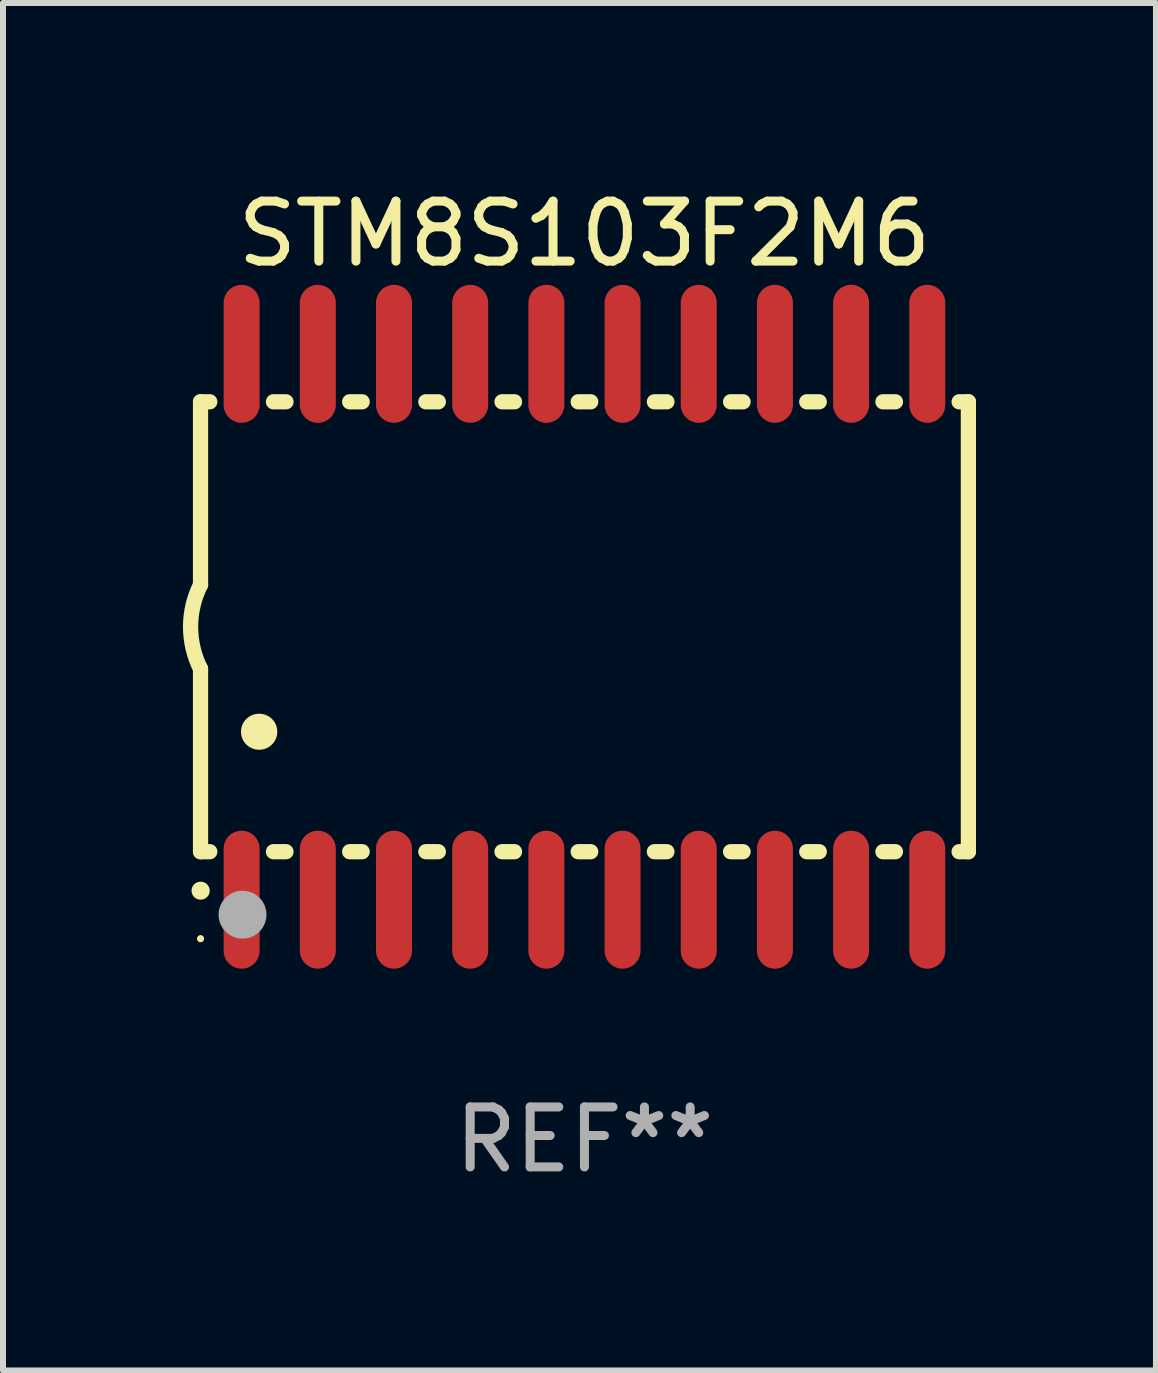
<source format=kicad_pcb>
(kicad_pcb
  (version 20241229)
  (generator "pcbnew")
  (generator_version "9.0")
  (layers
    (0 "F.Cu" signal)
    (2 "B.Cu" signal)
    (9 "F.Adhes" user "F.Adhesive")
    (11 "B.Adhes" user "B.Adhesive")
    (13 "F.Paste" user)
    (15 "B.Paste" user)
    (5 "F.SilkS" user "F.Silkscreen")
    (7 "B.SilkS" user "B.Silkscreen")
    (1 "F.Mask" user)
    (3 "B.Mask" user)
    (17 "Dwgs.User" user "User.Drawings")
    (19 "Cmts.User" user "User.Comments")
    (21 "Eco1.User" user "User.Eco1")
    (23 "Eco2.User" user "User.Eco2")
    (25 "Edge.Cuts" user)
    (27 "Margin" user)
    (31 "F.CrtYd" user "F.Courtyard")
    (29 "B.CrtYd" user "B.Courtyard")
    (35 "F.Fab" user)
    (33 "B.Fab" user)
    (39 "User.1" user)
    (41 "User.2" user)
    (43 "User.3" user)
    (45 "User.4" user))
  (footprint "STM8S103F2M6"
    (layer "F.Cu")
    (at 6.693 7.398)
    (property "Reference" "STM8S103F2M6" (at 0 -6.55 0) (layer "F.SilkS") (effects (font (size 1 1) (thickness 0.15))))
    (attr through_hole)
    (fp_line (start -6.4 -3.75) (end -6.4 -0.7) (stroke (width 0.254) (type solid)) (layer "F.SilkS"))
    (fp_line (start -6.4 -3.75) (end -6.246 -3.75) (stroke (width 0.254) (type solid)) (layer "F.SilkS"))
    (fp_line (start -6.4 3.75) (end -6.4 0.7) (stroke (width 0.254) (type solid)) (layer "F.SilkS"))
    (fp_line (start -6.246 3.75) (end -6.4 3.75) (stroke (width 0.254) (type solid)) (layer "F.SilkS"))
    (fp_line (start -5.184 -3.75) (end -4.976 -3.75) (stroke (width 0.254) (type solid)) (layer "F.SilkS"))
    (fp_line (start -4.976 3.75) (end -5.184 3.75) (stroke (width 0.254) (type solid)) (layer "F.SilkS"))
    (fp_line (start -3.914 -3.75) (end -3.706 -3.75) (stroke (width 0.254) (type solid)) (layer "F.SilkS"))
    (fp_line (start -3.706 3.75) (end -3.914 3.75) (stroke (width 0.254) (type solid)) (layer "F.SilkS"))
    (fp_line (start -2.644 -3.75) (end -2.436 -3.75) (stroke (width 0.254) (type solid)) (layer "F.SilkS"))
    (fp_line (start -2.436 3.75) (end -2.644 3.75) (stroke (width 0.254) (type solid)) (layer "F.SilkS"))
    (fp_line (start -1.374 -3.75) (end -1.166 -3.75) (stroke (width 0.254) (type solid)) (layer "F.SilkS"))
    (fp_line (start -1.166 3.75) (end -1.374 3.75) (stroke (width 0.254) (type solid)) (layer "F.SilkS"))
    (fp_line (start -0.104 -3.75) (end 0.104 -3.75) (stroke (width 0.254) (type solid)) (layer "F.SilkS"))
    (fp_line (start 0.104 3.75) (end -0.104 3.75) (stroke (width 0.254) (type solid)) (layer "F.SilkS"))
    (fp_line (start 1.166 -3.75) (end 1.374 -3.75) (stroke (width 0.254) (type solid)) (layer "F.SilkS"))
    (fp_line (start 1.374 3.75) (end 1.166 3.75) (stroke (width 0.254) (type solid)) (layer "F.SilkS"))
    (fp_line (start 2.436 -3.75) (end 2.644 -3.75) (stroke (width 0.254) (type solid)) (layer "F.SilkS"))
    (fp_line (start 2.644 3.75) (end 2.436 3.75) (stroke (width 0.254) (type solid)) (layer "F.SilkS"))
    (fp_line (start 3.706 -3.75) (end 3.914 -3.75) (stroke (width 0.254) (type solid)) (layer "F.SilkS"))
    (fp_line (start 3.914 3.75) (end 3.706 3.75) (stroke (width 0.254) (type solid)) (layer "F.SilkS"))
    (fp_line (start 4.976 -3.75) (end 5.184 -3.75) (stroke (width 0.254) (type solid)) (layer "F.SilkS"))
    (fp_line (start 5.184 3.75) (end 4.976 3.75) (stroke (width 0.254) (type solid)) (layer "F.SilkS"))
    (fp_line (start 6.246 -3.75) (end 6.4 -3.75) (stroke (width 0.254) (type solid)) (layer "F.SilkS"))
    (fp_line (start 6.4 -3.75) (end 6.4 3.75) (stroke (width 0.254) (type solid)) (layer "F.SilkS"))
    (fp_line (start 6.4 3.75) (end 6.246 3.75) (stroke (width 0.254) (type solid)) (layer "F.SilkS"))
    (fp_arc (start -6.400812 0.701041) (mid -6.565912 0.000428) (end -6.400025 -0.7) (stroke (width 0.254001) (type solid)) (layer "F.SilkS"))
    (fp_arc (start -6.400025 4.4) (mid -6.398755 4.399995) (end -6.397485 4.4) (stroke (width 0.3) (type solid)) (layer "F.SilkS"))
    (fp_arc (start -5.425451 1.750064) (mid -5.422911 1.750053) (end -5.420371 1.750064) (stroke (width 0.6) (type solid)) (layer "F.SilkS"))
    (fp_circle (center -6.4 5.2) (end -6.37 5.2) (stroke (width 0.06) (type solid)) (fill no) (layer "F.SilkS"))
    (fp_circle (center -5.7 4.8) (end -5.5 4.8) (stroke (width 0.4) (type solid)) (fill no) (layer "F.Fab"))
    (fp_text user "REF**" (at 0 8.55 0) (layer "F.Fab") (effects (font (size 1 1) (thickness 0.15))))
    (pad "1" smd oval (at -5.715 4.55 180) (size 0.6 2.3) (layers "F.Cu" "F.Mask" "F.Paste"))
    (pad "2" smd oval (at -4.445 4.55 180) (size 0.6 2.3) (layers "F.Cu" "F.Mask" "F.Paste"))
    (pad "3" smd oval (at -3.175 4.55 180) (size 0.6 2.3) (layers "F.Cu" "F.Mask" "F.Paste"))
    (pad "4" smd oval (at -1.905 4.55 180) (size 0.6 2.3) (layers "F.Cu" "F.Mask" "F.Paste"))
    (pad "5" smd oval (at -0.635 4.55 180) (size 0.6 2.3) (layers "F.Cu" "F.Mask" "F.Paste"))
    (pad "6" smd oval (at 0.635 4.55 180) (size 0.6 2.3) (layers "F.Cu" "F.Mask" "F.Paste"))
    (pad "7" smd oval (at 1.905 4.55 180) (size 0.6 2.3) (layers "F.Cu" "F.Mask" "F.Paste"))
    (pad "8" smd oval (at 3.175 4.55 180) (size 0.6 2.3) (layers "F.Cu" "F.Mask" "F.Paste"))
    (pad "9" smd oval (at 4.445 4.55 180) (size 0.6 2.3) (layers "F.Cu" "F.Mask" "F.Paste"))
    (pad "10" smd oval (at 5.715 4.55 180) (size 0.6 2.3) (layers "F.Cu" "F.Mask" "F.Paste"))
    (pad "11" smd oval (at 5.715 -4.55 180) (size 0.6 2.3) (layers "F.Cu" "F.Mask" "F.Paste"))
    (pad "12" smd oval (at 4.445 -4.55 180) (size 0.6 2.3) (layers "F.Cu" "F.Mask" "F.Paste"))
    (pad "13" smd oval (at 3.175 -4.55 180) (size 0.6 2.3) (layers "F.Cu" "F.Mask" "F.Paste"))
    (pad "14" smd oval (at 1.905 -4.55 180) (size 0.6 2.3) (layers "F.Cu" "F.Mask" "F.Paste"))
    (pad "15" smd oval (at 0.635 -4.55 180) (size 0.6 2.3) (layers "F.Cu" "F.Mask" "F.Paste"))
    (pad "16" smd oval (at -0.635 -4.55 180) (size 0.6 2.3) (layers "F.Cu" "F.Mask" "F.Paste"))
    (pad "17" smd oval (at -1.905 -4.55 180) (size 0.6 2.3) (layers "F.Cu" "F.Mask" "F.Paste"))
    (pad "18" smd oval (at -3.175 -4.55 180) (size 0.6 2.3) (layers "F.Cu" "F.Mask" "F.Paste"))
    (pad "19" smd oval (at -4.445 -4.55 180) (size 0.6 2.3) (layers "F.Cu" "F.Mask" "F.Paste"))
    (pad "20" smd oval (at -5.715 -4.55 180) (size 0.6 2.3) (layers "F.Cu" "F.Mask" "F.Paste")))
  (gr_rect
    (start -3 -3)
    (end 16.22 19.796)
    (stroke (width 0.1) (type default))
    (fill no)
    (layer "Edge.Cuts")))
</source>
